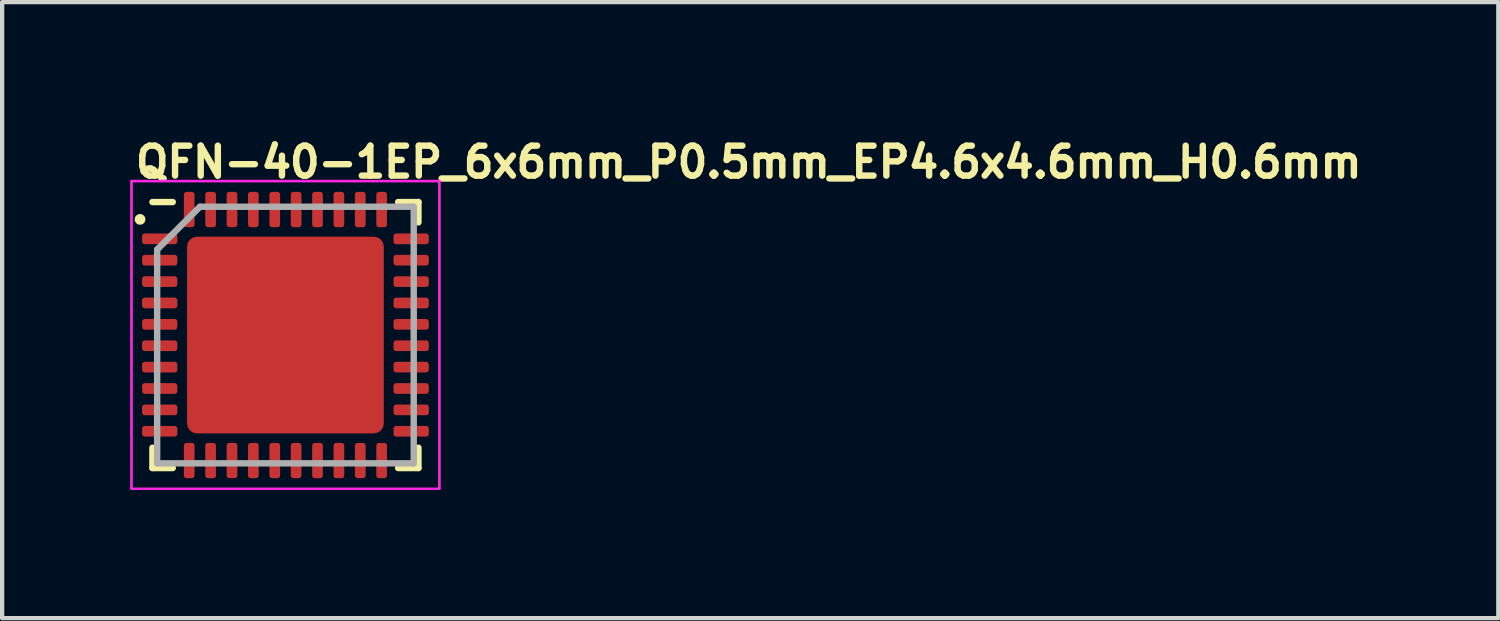
<source format=kicad_pcb>
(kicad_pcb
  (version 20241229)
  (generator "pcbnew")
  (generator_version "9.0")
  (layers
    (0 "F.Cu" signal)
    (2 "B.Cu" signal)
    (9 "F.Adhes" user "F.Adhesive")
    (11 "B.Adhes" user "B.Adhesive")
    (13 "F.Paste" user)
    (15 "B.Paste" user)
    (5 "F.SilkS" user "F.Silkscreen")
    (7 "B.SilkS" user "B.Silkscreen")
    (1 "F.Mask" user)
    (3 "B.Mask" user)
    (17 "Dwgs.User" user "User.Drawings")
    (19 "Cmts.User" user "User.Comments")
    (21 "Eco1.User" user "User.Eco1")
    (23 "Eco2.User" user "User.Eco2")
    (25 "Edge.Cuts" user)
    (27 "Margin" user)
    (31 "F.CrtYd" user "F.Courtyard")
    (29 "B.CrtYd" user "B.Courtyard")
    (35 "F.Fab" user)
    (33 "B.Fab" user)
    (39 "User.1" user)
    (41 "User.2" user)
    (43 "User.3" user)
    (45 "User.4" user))
  (footprint "QFN-40-1EP_6x6mm_P0.5mm_EP4.6x4.6mm_H0.6mm"
    (layer "F.Cu")
    (at 3.625 4.78)
    (property "Reference" "QFN-40-1EP_6x6mm_P0.5mm_EP4.6x4.6mm_H0.6mm" (at -3.58 -3.63 0) (unlocked yes) (layer "F.SilkS") (effects (font (size 0.7 0.7) (thickness 0.15)) (justify left bottom)))
    (attr smd)
    (fp_line (start -3.11 -3.105) (end -2.635 -3.105) (stroke (width 0.15) (type solid)) (layer "F.SilkS"))
    (fp_line (start -3.11 3.115) (end -3.11 2.64) (stroke (width 0.15) (type solid)) (layer "F.SilkS"))
    (fp_line (start -2.635 3.115) (end -3.11 3.115) (stroke (width 0.15) (type solid)) (layer "F.SilkS"))
    (fp_line (start 2.635 -3.105) (end 3.11 -3.105) (stroke (width 0.15) (type solid)) (layer "F.SilkS"))
    (fp_line (start 2.635 3.115) (end 3.11 3.115) (stroke (width 0.15) (type solid)) (layer "F.SilkS"))
    (fp_line (start 3.11 -3.105) (end 3.11 -2.63) (stroke (width 0.15) (type solid)) (layer "F.SilkS"))
    (fp_line (start 3.11 3.115) (end 3.11 2.64) (stroke (width 0.15) (type solid)) (layer "F.SilkS"))
    (fp_circle (center -3.4 -2.7) (end -3.35 -2.7) (stroke (width 0.15) (type solid)) (fill yes) (layer "F.SilkS"))
    (fp_line (start -3.6 -3.6) (end -3.6 3.6) (stroke (width 0.05) (type solid)) (layer "F.CrtYd"))
    (fp_line (start -3.6 3.6) (end 3.6 3.6) (stroke (width 0.05) (type solid)) (layer "F.CrtYd"))
    (fp_line (start 3.6 -3.6) (end -3.6 -3.6) (stroke (width 0.05) (type solid)) (layer "F.CrtYd"))
    (fp_line (start 3.6 3.6) (end 3.6 -3.6) (stroke (width 0.05) (type solid)) (layer "F.CrtYd"))
    (fp_rect (start -3.6 -3.59) (end 3.6 3.6) (stroke (width 0.05) (type solid)) (fill no) (layer "F.CrtYd"))
    (fp_line (start -3 -1.995) (end -2 -2.995) (stroke (width 0.15) (type solid)) (layer "F.Fab"))
    (fp_line (start -3 3.005) (end -3 -1.995) (stroke (width 0.15) (type solid)) (layer "F.Fab"))
    (fp_line (start -2 -2.995) (end 3 -2.995) (stroke (width 0.15) (type solid)) (layer "F.Fab"))
    (fp_line (start 3 -2.995) (end 3 3.005) (stroke (width 0.15) (type solid)) (layer "F.Fab"))
    (fp_line (start 3 3.005) (end -3 3.005) (stroke (width 0.15) (type solid)) (layer "F.Fab"))
    (fp_rect (start -3 -3) (end 3 3) (stroke (width 0.1) (type solid)) (fill no) (layer "User.5"))
    (fp_line (start -3 -2.365) (end -3 -2.135) (stroke (width 0.02) (type solid)) (layer "User.9"))
    (fp_line (start -3 -2.135) (end -2.99 -2.135) (stroke (width 0.02) (type solid)) (layer "User.9"))
    (fp_line (start -3 -1.865) (end -3 -1.635) (stroke (width 0.02) (type solid)) (layer "User.9"))
    (fp_line (start -3 -1.635) (end -2.99 -1.635) (stroke (width 0.02) (type solid)) (layer "User.9"))
    (fp_line (start -3 -1.365) (end -3 -1.135) (stroke (width 0.02) (type solid)) (layer "User.9"))
    (fp_line (start -3 -1.135) (end -2.99 -1.135) (stroke (width 0.02) (type solid)) (layer "User.9"))
    (fp_line (start -3 -0.865) (end -3 -0.635) (stroke (width 0.02) (type solid)) (layer "User.9"))
    (fp_line (start -3 -0.635) (end -2.99 -0.635) (stroke (width 0.02) (type solid)) (layer "User.9"))
    (fp_line (start -3 -0.365) (end -3 -0.135) (stroke (width 0.02) (type solid)) (layer "User.9"))
    (fp_line (start -3 -0.135) (end -2.99 -0.135) (stroke (width 0.02) (type solid)) (layer "User.9"))
    (fp_line (start -3 0.135) (end -3 0.365) (stroke (width 0.02) (type solid)) (layer "User.9"))
    (fp_line (start -3 0.365) (end -2.99 0.365) (stroke (width 0.02) (type solid)) (layer "User.9"))
    (fp_line (start -3 0.635) (end -3 0.865) (stroke (width 0.02) (type solid)) (layer "User.9"))
    (fp_line (start -3 0.865) (end -2.99 0.865) (stroke (width 0.02) (type solid)) (layer "User.9"))
    (fp_line (start -3 1.135) (end -3 1.365) (stroke (width 0.02) (type solid)) (layer "User.9"))
    (fp_line (start -3 1.365) (end -2.99 1.365) (stroke (width 0.02) (type solid)) (layer "User.9"))
    (fp_line (start -3 1.635) (end -3 1.865) (stroke (width 0.02) (type solid)) (layer "User.9"))
    (fp_line (start -3 1.865) (end -2.99 1.865) (stroke (width 0.02) (type solid)) (layer "User.9"))
    (fp_line (start -3 2.135) (end -3 2.365) (stroke (width 0.02) (type solid)) (layer "User.9"))
    (fp_line (start -3 2.365) (end -2.99 2.365) (stroke (width 0.02) (type solid)) (layer "User.9"))
    (fp_line (start -2.99 -2.99) (end -2.99 2.99) (stroke (width 0.02) (type solid)) (layer "User.9"))
    (fp_line (start -2.99 -2.99) (end 2.99 -2.99) (stroke (width 0.02) (type solid)) (layer "User.9"))
    (fp_line (start -2.99 -2.365) (end -3 -2.365) (stroke (width 0.02) (type solid)) (layer "User.9"))
    (fp_line (start -2.99 -1.865) (end -3 -1.865) (stroke (width 0.02) (type solid)) (layer "User.9"))
    (fp_line (start -2.99 -1.365) (end -3 -1.365) (stroke (width 0.02) (type solid)) (layer "User.9"))
    (fp_line (start -2.99 -0.865) (end -3 -0.865) (stroke (width 0.02) (type solid)) (layer "User.9"))
    (fp_line (start -2.99 -0.365) (end -3 -0.365) (stroke (width 0.02) (type solid)) (layer "User.9"))
    (fp_line (start -2.99 0.135) (end -3 0.135) (stroke (width 0.02) (type solid)) (layer "User.9"))
    (fp_line (start -2.99 0.635) (end -3 0.635) (stroke (width 0.02) (type solid)) (layer "User.9"))
    (fp_line (start -2.99 1.135) (end -3 1.135) (stroke (width 0.02) (type solid)) (layer "User.9"))
    (fp_line (start -2.99 1.635) (end -3 1.635) (stroke (width 0.02) (type solid)) (layer "User.9"))
    (fp_line (start -2.99 2.135) (end -3 2.135) (stroke (width 0.02) (type solid)) (layer "User.9"))
    (fp_line (start -2.99 2.99) (end 2.99 2.99) (stroke (width 0.02) (type solid)) (layer "User.9"))
    (fp_line (start -2.55 -2.3) (end -2.546 -2.343) (stroke (width 0.02) (type solid)) (layer "User.9"))
    (fp_line (start -2.546 -2.343) (end -2.535 -2.386) (stroke (width 0.02) (type solid)) (layer "User.9"))
    (fp_line (start -2.546 -2.257) (end -2.55 -2.3) (stroke (width 0.02) (type solid)) (layer "User.9"))
    (fp_line (start -2.535 -2.386) (end -2.517 -2.425) (stroke (width 0.02) (type solid)) (layer "User.9"))
    (fp_line (start -2.535 -2.214) (end -2.546 -2.257) (stroke (width 0.02) (type solid)) (layer "User.9"))
    (fp_line (start -2.517 -2.425) (end -2.492 -2.461) (stroke (width 0.02) (type solid)) (layer "User.9"))
    (fp_line (start -2.517 -2.175) (end -2.535 -2.214) (stroke (width 0.02) (type solid)) (layer "User.9"))
    (fp_line (start -2.492 -2.461) (end -2.461 -2.492) (stroke (width 0.02) (type solid)) (layer "User.9"))
    (fp_line (start -2.492 -2.139) (end -2.517 -2.175) (stroke (width 0.02) (type solid)) (layer "User.9"))
    (fp_line (start -2.461 -2.492) (end -2.425 -2.517) (stroke (width 0.02) (type solid)) (layer "User.9"))
    (fp_line (start -2.461 -2.108) (end -2.492 -2.139) (stroke (width 0.02) (type solid)) (layer "User.9"))
    (fp_line (start -2.425 -2.517) (end -2.386 -2.535) (stroke (width 0.02) (type solid)) (layer "User.9"))
    (fp_line (start -2.425 -2.083) (end -2.461 -2.108) (stroke (width 0.02) (type solid)) (layer "User.9"))
    (fp_line (start -2.386 -2.535) (end -2.343 -2.546) (stroke (width 0.02) (type solid)) (layer "User.9"))
    (fp_line (start -2.386 -2.065) (end -2.425 -2.083) (stroke (width 0.02) (type solid)) (layer "User.9"))
    (fp_line (start -2.365 -3) (end -2.365 -2.99) (stroke (width 0.02) (type solid)) (layer "User.9"))
    (fp_line (start -2.365 2.99) (end -2.365 3) (stroke (width 0.02) (type solid)) (layer "User.9"))
    (fp_line (start -2.365 3) (end -2.135 3) (stroke (width 0.02) (type solid)) (layer "User.9"))
    (fp_line (start -2.343 -2.546) (end -2.3 -2.55) (stroke (width 0.02) (type solid)) (layer "User.9"))
    (fp_line (start -2.343 -2.054) (end -2.386 -2.065) (stroke (width 0.02) (type solid)) (layer "User.9"))
    (fp_line (start -2.3 -2.55) (end -2.257 -2.546) (stroke (width 0.02) (type solid)) (layer "User.9"))
    (fp_line (start -2.3 -2.05) (end -2.343 -2.054) (stroke (width 0.02) (type solid)) (layer "User.9"))
    (fp_line (start -2.257 -2.546) (end -2.214 -2.535) (stroke (width 0.02) (type solid)) (layer "User.9"))
    (fp_line (start -2.257 -2.054) (end -2.3 -2.05) (stroke (width 0.02) (type solid)) (layer "User.9"))
    (fp_line (start -2.214 -2.535) (end -2.175 -2.517) (stroke (width 0.02) (type solid)) (layer "User.9"))
    (fp_line (start -2.214 -2.065) (end -2.257 -2.054) (stroke (width 0.02) (type solid)) (layer "User.9"))
    (fp_line (start -2.175 -2.517) (end -2.139 -2.492) (stroke (width 0.02) (type solid)) (layer "User.9"))
    (fp_line (start -2.175 -2.083) (end -2.214 -2.065) (stroke (width 0.02) (type solid)) (layer "User.9"))
    (fp_line (start -2.139 -2.492) (end -2.108 -2.461) (stroke (width 0.02) (type solid)) (layer "User.9"))
    (fp_line (start -2.139 -2.108) (end -2.175 -2.083) (stroke (width 0.02) (type solid)) (layer "User.9"))
    (fp_line (start -2.135 -3) (end -2.365 -3) (stroke (width 0.02) (type solid)) (layer "User.9"))
    (fp_line (start -2.135 -2.99) (end -2.135 -3) (stroke (width 0.02) (type solid)) (layer "User.9"))
    (fp_line (start -2.135 3) (end -2.135 2.99) (stroke (width 0.02) (type solid)) (layer "User.9"))
    (fp_line (start -2.108 -2.461) (end -2.083 -2.425) (stroke (width 0.02) (type solid)) (layer "User.9"))
    (fp_line (start -2.108 -2.139) (end -2.139 -2.108) (stroke (width 0.02) (type solid)) (layer "User.9"))
    (fp_line (start -2.083 -2.425) (end -2.065 -2.386) (stroke (width 0.02) (type solid)) (layer "User.9"))
    (fp_line (start -2.083 -2.175) (end -2.108 -2.139) (stroke (width 0.02) (type solid)) (layer "User.9"))
    (fp_line (start -2.065 -2.386) (end -2.054 -2.343) (stroke (width 0.02) (type solid)) (layer "User.9"))
    (fp_line (start -2.065 -2.214) (end -2.083 -2.175) (stroke (width 0.02) (type solid)) (layer "User.9"))
    (fp_line (start -2.054 -2.343) (end -2.05 -2.3) (stroke (width 0.02) (type solid)) (layer "User.9"))
    (fp_line (start -2.054 -2.257) (end -2.065 -2.214) (stroke (width 0.02) (type solid)) (layer "User.9"))
    (fp_line (start -2.05 -2.3) (end -2.054 -2.257) (stroke (width 0.02) (type solid)) (layer "User.9"))
    (fp_line (start -1.865 -3) (end -1.865 -2.99) (stroke (width 0.02) (type solid)) (layer "User.9"))
    (fp_line (start -1.865 2.99) (end -1.865 3) (stroke (width 0.02) (type solid)) (layer "User.9"))
    (fp_line (start -1.865 3) (end -1.635 3) (stroke (width 0.02) (type solid)) (layer "User.9"))
    (fp_line (start -1.635 -3) (end -1.865 -3) (stroke (width 0.02) (type solid)) (layer "User.9"))
    (fp_line (start -1.635 -2.99) (end -1.635 -3) (stroke (width 0.02) (type solid)) (layer "User.9"))
    (fp_line (start -1.635 3) (end -1.635 2.99) (stroke (width 0.02) (type solid)) (layer "User.9"))
    (fp_line (start -1.365 -3) (end -1.365 -2.99) (stroke (width 0.02) (type solid)) (layer "User.9"))
    (fp_line (start -1.365 2.99) (end -1.365 3) (stroke (width 0.02) (type solid)) (layer "User.9"))
    (fp_line (start -1.365 3) (end -1.135 3) (stroke (width 0.02) (type solid)) (layer "User.9"))
    (fp_line (start -1.135 -3) (end -1.365 -3) (stroke (width 0.02) (type solid)) (layer "User.9"))
    (fp_line (start -1.135 -2.99) (end -1.135 -3) (stroke (width 0.02) (type solid)) (layer "User.9"))
    (fp_line (start -1.135 3) (end -1.135 2.99) (stroke (width 0.02) (type solid)) (layer "User.9"))
    (fp_line (start -0.865 -3) (end -0.865 -2.99) (stroke (width 0.02) (type solid)) (layer "User.9"))
    (fp_line (start -0.865 2.99) (end -0.865 3) (stroke (width 0.02) (type solid)) (layer "User.9"))
    (fp_line (start -0.865 3) (end -0.635 3) (stroke (width 0.02) (type solid)) (layer "User.9"))
    (fp_line (start -0.635 -3) (end -0.865 -3) (stroke (width 0.02) (type solid)) (layer "User.9"))
    (fp_line (start -0.635 -2.99) (end -0.635 -3) (stroke (width 0.02) (type solid)) (layer "User.9"))
    (fp_line (start -0.635 3) (end -0.635 2.99) (stroke (width 0.02) (type solid)) (layer "User.9"))
    (fp_line (start -0.365 -3) (end -0.365 -2.99) (stroke (width 0.02) (type solid)) (layer "User.9"))
    (fp_line (start -0.365 2.99) (end -0.365 3) (stroke (width 0.02) (type solid)) (layer "User.9"))
    (fp_line (start -0.365 3) (end -0.135 3) (stroke (width 0.02) (type solid)) (layer "User.9"))
    (fp_line (start -0.135 -3) (end -0.365 -3) (stroke (width 0.02) (type solid)) (layer "User.9"))
    (fp_line (start -0.135 -2.99) (end -0.135 -3) (stroke (width 0.02) (type solid)) (layer "User.9"))
    (fp_line (start -0.135 3) (end -0.135 2.99) (stroke (width 0.02) (type solid)) (layer "User.9"))
    (fp_line (start 0.135 -3) (end 0.135 -2.99) (stroke (width 0.02) (type solid)) (layer "User.9"))
    (fp_line (start 0.135 2.99) (end 0.135 3) (stroke (width 0.02) (type solid)) (layer "User.9"))
    (fp_line (start 0.135 3) (end 0.365 3) (stroke (width 0.02) (type solid)) (layer "User.9"))
    (fp_line (start 0.365 -3) (end 0.135 -3) (stroke (width 0.02) (type solid)) (layer "User.9"))
    (fp_line (start 0.365 -2.99) (end 0.365 -3) (stroke (width 0.02) (type solid)) (layer "User.9"))
    (fp_line (start 0.365 3) (end 0.365 2.99) (stroke (width 0.02) (type solid)) (layer "User.9"))
    (fp_line (start 0.635 -3) (end 0.635 -2.99) (stroke (width 0.02) (type solid)) (layer "User.9"))
    (fp_line (start 0.635 2.99) (end 0.635 3) (stroke (width 0.02) (type solid)) (layer "User.9"))
    (fp_line (start 0.635 3) (end 0.865 3) (stroke (width 0.02) (type solid)) (layer "User.9"))
    (fp_line (start 0.865 -3) (end 0.635 -3) (stroke (width 0.02) (type solid)) (layer "User.9"))
    (fp_line (start 0.865 -2.99) (end 0.865 -3) (stroke (width 0.02) (type solid)) (layer "User.9"))
    (fp_line (start 0.865 3) (end 0.865 2.99) (stroke (width 0.02) (type solid)) (layer "User.9"))
    (fp_line (start 1.135 -3) (end 1.135 -2.99) (stroke (width 0.02) (type solid)) (layer "User.9"))
    (fp_line (start 1.135 2.99) (end 1.135 3) (stroke (width 0.02) (type solid)) (layer "User.9"))
    (fp_line (start 1.135 3) (end 1.365 3) (stroke (width 0.02) (type solid)) (layer "User.9"))
    (fp_line (start 1.365 -3) (end 1.135 -3) (stroke (width 0.02) (type solid)) (layer "User.9"))
    (fp_line (start 1.365 -2.99) (end 1.365 -3) (stroke (width 0.02) (type solid)) (layer "User.9"))
    (fp_line (start 1.365 3) (end 1.365 2.99) (stroke (width 0.02) (type solid)) (layer "User.9"))
    (fp_line (start 1.635 -3) (end 1.635 -2.99) (stroke (width 0.02) (type solid)) (layer "User.9"))
    (fp_line (start 1.635 2.99) (end 1.635 3) (stroke (width 0.02) (type solid)) (layer "User.9"))
    (fp_line (start 1.635 3) (end 1.865 3) (stroke (width 0.02) (type solid)) (layer "User.9"))
    (fp_line (start 1.865 -3) (end 1.635 -3) (stroke (width 0.02) (type solid)) (layer "User.9"))
    (fp_line (start 1.865 -2.99) (end 1.865 -3) (stroke (width 0.02) (type solid)) (layer "User.9"))
    (fp_line (start 1.865 3) (end 1.865 2.99) (stroke (width 0.02) (type solid)) (layer "User.9"))
    (fp_line (start 2.135 -3) (end 2.135 -2.99) (stroke (width 0.02) (type solid)) (layer "User.9"))
    (fp_line (start 2.135 2.99) (end 2.135 3) (stroke (width 0.02) (type solid)) (layer "User.9"))
    (fp_line (start 2.135 3) (end 2.365 3) (stroke (width 0.02) (type solid)) (layer "User.9"))
    (fp_line (start 2.365 -3) (end 2.135 -3) (stroke (width 0.02) (type solid)) (layer "User.9"))
    (fp_line (start 2.365 -2.99) (end 2.365 -3) (stroke (width 0.02) (type solid)) (layer "User.9"))
    (fp_line (start 2.365 3) (end 2.365 2.99) (stroke (width 0.02) (type solid)) (layer "User.9"))
    (fp_line (start 2.99 -2.99) (end 2.99 2.99) (stroke (width 0.02) (type solid)) (layer "User.9"))
    (fp_line (start 2.99 -2.135) (end 3 -2.135) (stroke (width 0.02) (type solid)) (layer "User.9"))
    (fp_line (start 2.99 -1.635) (end 3 -1.635) (stroke (width 0.02) (type solid)) (layer "User.9"))
    (fp_line (start 2.99 -1.135) (end 3 -1.135) (stroke (width 0.02) (type solid)) (layer "User.9"))
    (fp_line (start 2.99 -0.635) (end 3 -0.635) (stroke (width 0.02) (type solid)) (layer "User.9"))
    (fp_line (start 2.99 -0.135) (end 3 -0.135) (stroke (width 0.02) (type solid)) (layer "User.9"))
    (fp_line (start 2.99 0.365) (end 3 0.365) (stroke (width 0.02) (type solid)) (layer "User.9"))
    (fp_line (start 2.99 0.865) (end 3 0.865) (stroke (width 0.02) (type solid)) (layer "User.9"))
    (fp_line (start 2.99 1.365) (end 3 1.365) (stroke (width 0.02) (type solid)) (layer "User.9"))
    (fp_line (start 2.99 1.865) (end 3 1.865) (stroke (width 0.02) (type solid)) (layer "User.9"))
    (fp_line (start 2.99 2.365) (end 3 2.365) (stroke (width 0.02) (type solid)) (layer "User.9"))
    (fp_line (start 3 -2.365) (end 2.99 -2.365) (stroke (width 0.02) (type solid)) (layer "User.9"))
    (fp_line (start 3 -2.135) (end 3 -2.365) (stroke (width 0.02) (type solid)) (layer "User.9"))
    (fp_line (start 3 -1.865) (end 2.99 -1.865) (stroke (width 0.02) (type solid)) (layer "User.9"))
    (fp_line (start 3 -1.635) (end 3 -1.865) (stroke (width 0.02) (type solid)) (layer "User.9"))
    (fp_line (start 3 -1.365) (end 2.99 -1.365) (stroke (width 0.02) (type solid)) (layer "User.9"))
    (fp_line (start 3 -1.135) (end 3 -1.365) (stroke (width 0.02) (type solid)) (layer "User.9"))
    (fp_line (start 3 -0.865) (end 2.99 -0.865) (stroke (width 0.02) (type solid)) (layer "User.9"))
    (fp_line (start 3 -0.635) (end 3 -0.865) (stroke (width 0.02) (type solid)) (layer "User.9"))
    (fp_line (start 3 -0.365) (end 2.99 -0.365) (stroke (width 0.02) (type solid)) (layer "User.9"))
    (fp_line (start 3 -0.135) (end 3 -0.365) (stroke (width 0.02) (type solid)) (layer "User.9"))
    (fp_line (start 3 0.135) (end 2.99 0.135) (stroke (width 0.02) (type solid)) (layer "User.9"))
    (fp_line (start 3 0.365) (end 3 0.135) (stroke (width 0.02) (type solid)) (layer "User.9"))
    (fp_line (start 3 0.635) (end 2.99 0.635) (stroke (width 0.02) (type solid)) (layer "User.9"))
    (fp_line (start 3 0.865) (end 3 0.635) (stroke (width 0.02) (type solid)) (layer "User.9"))
    (fp_line (start 3 1.135) (end 2.99 1.135) (stroke (width 0.02) (type solid)) (layer "User.9"))
    (fp_line (start 3 1.365) (end 3 1.135) (stroke (width 0.02) (type solid)) (layer "User.9"))
    (fp_line (start 3 1.635) (end 2.99 1.635) (stroke (width 0.02) (type solid)) (layer "User.9"))
    (fp_line (start 3 1.865) (end 3 1.635) (stroke (width 0.02) (type solid)) (layer "User.9"))
    (fp_line (start 3 2.135) (end 2.99 2.135) (stroke (width 0.02) (type solid)) (layer "User.9"))
    (fp_line (start 3 2.365) (end 3 2.135) (stroke (width 0.02) (type solid)) (layer "User.9"))
    (pad "" smd roundrect (at -1.725 -1.72) (size 0.93 0.93) (layers "F.Paste") (roundrect_rratio 0.25))
    (pad "" smd roundrect (at -1.725 -0.57) (size 0.93 0.93) (layers "F.Paste") (roundrect_rratio 0.25))
    (pad "" smd roundrect (at -1.725 0.58) (size 0.93 0.93) (layers "F.Paste") (roundrect_rratio 0.25))
    (pad "" smd roundrect (at -1.725 1.73) (size 0.93 0.93) (layers "F.Paste") (roundrect_rratio 0.25))
    (pad "" smd roundrect (at -0.575 -1.72) (size 0.93 0.93) (layers "F.Paste") (roundrect_rratio 0.25))
    (pad "" smd roundrect (at -0.575 -0.57) (size 0.93 0.93) (layers "F.Paste") (roundrect_rratio 0.25))
    (pad "" smd roundrect (at -0.575 0.58) (size 0.93 0.93) (layers "F.Paste") (roundrect_rratio 0.25))
    (pad "" smd roundrect (at -0.575 1.73) (size 0.93 0.93) (layers "F.Paste") (roundrect_rratio 0.25))
    (pad "" smd roundrect (at 0.575 -1.72) (size 0.93 0.93) (layers "F.Paste") (roundrect_rratio 0.25))
    (pad "" smd roundrect (at 0.575 -0.57) (size 0.93 0.93) (layers "F.Paste") (roundrect_rratio 0.25))
    (pad "" smd roundrect (at 0.575 0.58) (size 0.93 0.93) (layers "F.Paste") (roundrect_rratio 0.25))
    (pad "" smd roundrect (at 0.575 1.73) (size 0.93 0.93) (layers "F.Paste") (roundrect_rratio 0.25))
    (pad "" smd roundrect (at 1.725 -1.72) (size 0.93 0.93) (layers "F.Paste") (roundrect_rratio 0.25))
    (pad "" smd roundrect (at 1.725 -0.57) (size 0.93 0.93) (layers "F.Paste") (roundrect_rratio 0.25))
    (pad "" smd roundrect (at 1.725 0.58) (size 0.93 0.93) (layers "F.Paste") (roundrect_rratio 0.25))
    (pad "" smd roundrect (at 1.725 1.73) (size 0.93 0.93) (layers "F.Paste") (roundrect_rratio 0.25))
    (pad "1" smd roundrect (at -2.94 -2.245) (size 0.825 0.25) (layers "F.Cu" "F.Mask" "F.Paste") (roundrect_rratio 0.25))
    (pad "2" smd roundrect (at -2.94 -1.745) (size 0.825 0.25) (layers "F.Cu" "F.Mask" "F.Paste") (roundrect_rratio 0.25))
    (pad "3" smd roundrect (at -2.94 -1.245) (size 0.825 0.25) (layers "F.Cu" "F.Mask" "F.Paste") (roundrect_rratio 0.25))
    (pad "4" smd roundrect (at -2.94 -0.745) (size 0.825 0.25) (layers "F.Cu" "F.Mask" "F.Paste") (roundrect_rratio 0.25))
    (pad "5" smd roundrect (at -2.94 -0.245) (size 0.825 0.25) (layers "F.Cu" "F.Mask" "F.Paste") (roundrect_rratio 0.25))
    (pad "6" smd roundrect (at -2.94 0.255) (size 0.825 0.25) (layers "F.Cu" "F.Mask" "F.Paste") (roundrect_rratio 0.25))
    (pad "7" smd roundrect (at -2.94 0.755) (size 0.825 0.25) (layers "F.Cu" "F.Mask" "F.Paste") (roundrect_rratio 0.25))
    (pad "8" smd roundrect (at -2.94 1.255) (size 0.825 0.25) (layers "F.Cu" "F.Mask" "F.Paste") (roundrect_rratio 0.25))
    (pad "9" smd roundrect (at -2.94 1.755) (size 0.825 0.25) (layers "F.Cu" "F.Mask" "F.Paste") (roundrect_rratio 0.25))
    (pad "10" smd roundrect (at -2.94 2.255) (size 0.825 0.25) (layers "F.Cu" "F.Mask" "F.Paste") (roundrect_rratio 0.25))
    (pad "11" smd roundrect (at -2.25 2.94) (size 0.25 0.825) (layers "F.Cu" "F.Mask" "F.Paste") (roundrect_rratio 0.25))
    (pad "12" smd roundrect (at -1.75 2.94) (size 0.25 0.825) (layers "F.Cu" "F.Mask" "F.Paste") (roundrect_rratio 0.25))
    (pad "13" smd roundrect (at -1.25 2.94) (size 0.25 0.825) (layers "F.Cu" "F.Mask" "F.Paste") (roundrect_rratio 0.25))
    (pad "14" smd roundrect (at -0.75 2.94) (size 0.25 0.825) (layers "F.Cu" "F.Mask" "F.Paste") (roundrect_rratio 0.25))
    (pad "15" smd roundrect (at -0.25 2.94) (size 0.25 0.825) (layers "F.Cu" "F.Mask" "F.Paste") (roundrect_rratio 0.25))
    (pad "16" smd roundrect (at 0.25 2.94) (size 0.25 0.825) (layers "F.Cu" "F.Mask" "F.Paste") (roundrect_rratio 0.25))
    (pad "17" smd roundrect (at 0.75 2.94) (size 0.25 0.825) (layers "F.Cu" "F.Mask" "F.Paste") (roundrect_rratio 0.25))
    (pad "18" smd roundrect (at 1.25 2.94) (size 0.25 0.825) (layers "F.Cu" "F.Mask" "F.Paste") (roundrect_rratio 0.25))
    (pad "19" smd roundrect (at 1.75 2.94) (size 0.25 0.825) (layers "F.Cu" "F.Mask" "F.Paste") (roundrect_rratio 0.25))
    (pad "20" smd roundrect (at 2.25 2.94) (size 0.25 0.825) (layers "F.Cu" "F.Mask" "F.Paste") (roundrect_rratio 0.25))
    (pad "21" smd roundrect (at 2.94 2.255) (size 0.825 0.25) (layers "F.Cu" "F.Mask" "F.Paste") (roundrect_rratio 0.25))
    (pad "22" smd roundrect (at 2.94 1.755) (size 0.825 0.25) (layers "F.Cu" "F.Mask" "F.Paste") (roundrect_rratio 0.25))
    (pad "23" smd roundrect (at 2.94 1.255) (size 0.825 0.25) (layers "F.Cu" "F.Mask" "F.Paste") (roundrect_rratio 0.25))
    (pad "24" smd roundrect (at 2.94 0.755) (size 0.825 0.25) (layers "F.Cu" "F.Mask" "F.Paste") (roundrect_rratio 0.25))
    (pad "25" smd roundrect (at 2.94 0.255) (size 0.825 0.25) (layers "F.Cu" "F.Mask" "F.Paste") (roundrect_rratio 0.25))
    (pad "26" smd roundrect (at 2.94 -0.245) (size 0.825 0.25) (layers "F.Cu" "F.Mask" "F.Paste") (roundrect_rratio 0.25))
    (pad "27" smd roundrect (at 2.94 -0.745) (size 0.825 0.25) (layers "F.Cu" "F.Mask" "F.Paste") (roundrect_rratio 0.25))
    (pad "28" smd roundrect (at 2.94 -1.245) (size 0.825 0.25) (layers "F.Cu" "F.Mask" "F.Paste") (roundrect_rratio 0.25))
    (pad "29" smd roundrect (at 2.94 -1.745) (size 0.825 0.25) (layers "F.Cu" "F.Mask" "F.Paste") (roundrect_rratio 0.25))
    (pad "30" smd roundrect (at 2.94 -2.245) (size 0.825 0.25) (layers "F.Cu" "F.Mask" "F.Paste") (roundrect_rratio 0.25))
    (pad "31" smd roundrect (at 2.25 -2.93) (size 0.25 0.825) (layers "F.Cu" "F.Mask" "F.Paste") (roundrect_rratio 0.25))
    (pad "32" smd roundrect (at 1.75 -2.93) (size 0.25 0.825) (layers "F.Cu" "F.Mask" "F.Paste") (roundrect_rratio 0.25))
    (pad "33" smd roundrect (at 1.25 -2.93) (size 0.25 0.825) (layers "F.Cu" "F.Mask" "F.Paste") (roundrect_rratio 0.25))
    (pad "34" smd roundrect (at 0.75 -2.93) (size 0.25 0.825) (layers "F.Cu" "F.Mask" "F.Paste") (roundrect_rratio 0.25))
    (pad "35" smd roundrect (at 0.25 -2.93) (size 0.25 0.825) (layers "F.Cu" "F.Mask" "F.Paste") (roundrect_rratio 0.25))
    (pad "36" smd roundrect (at -0.25 -2.93) (size 0.25 0.825) (layers "F.Cu" "F.Mask" "F.Paste") (roundrect_rratio 0.25))
    (pad "37" smd roundrect (at -0.75 -2.93) (size 0.25 0.825) (layers "F.Cu" "F.Mask" "F.Paste") (roundrect_rratio 0.25))
    (pad "38" smd roundrect (at -1.25 -2.93) (size 0.25 0.825) (layers "F.Cu" "F.Mask" "F.Paste") (roundrect_rratio 0.25))
    (pad "39" smd roundrect (at -1.75 -2.93) (size 0.25 0.825) (layers "F.Cu" "F.Mask" "F.Paste") (roundrect_rratio 0.25))
    (pad "40" smd roundrect (at -2.25 -2.93) (size 0.25 0.825) (layers "F.Cu" "F.Mask" "F.Paste") (roundrect_rratio 0.25))
    (pad "41" smd roundrect (at 0 0.005) (size 4.6 4.6) (property pad_prop_heatsink) (layers "F.Cu" "F.Mask") (roundrect_rratio 0.05)))
  (gr_rect
    (start -3 -3)
    (end 31.988 11.405)
    (stroke (width 0.1) (type default))
    (fill no)
    (layer "Edge.Cuts")))
</source>
